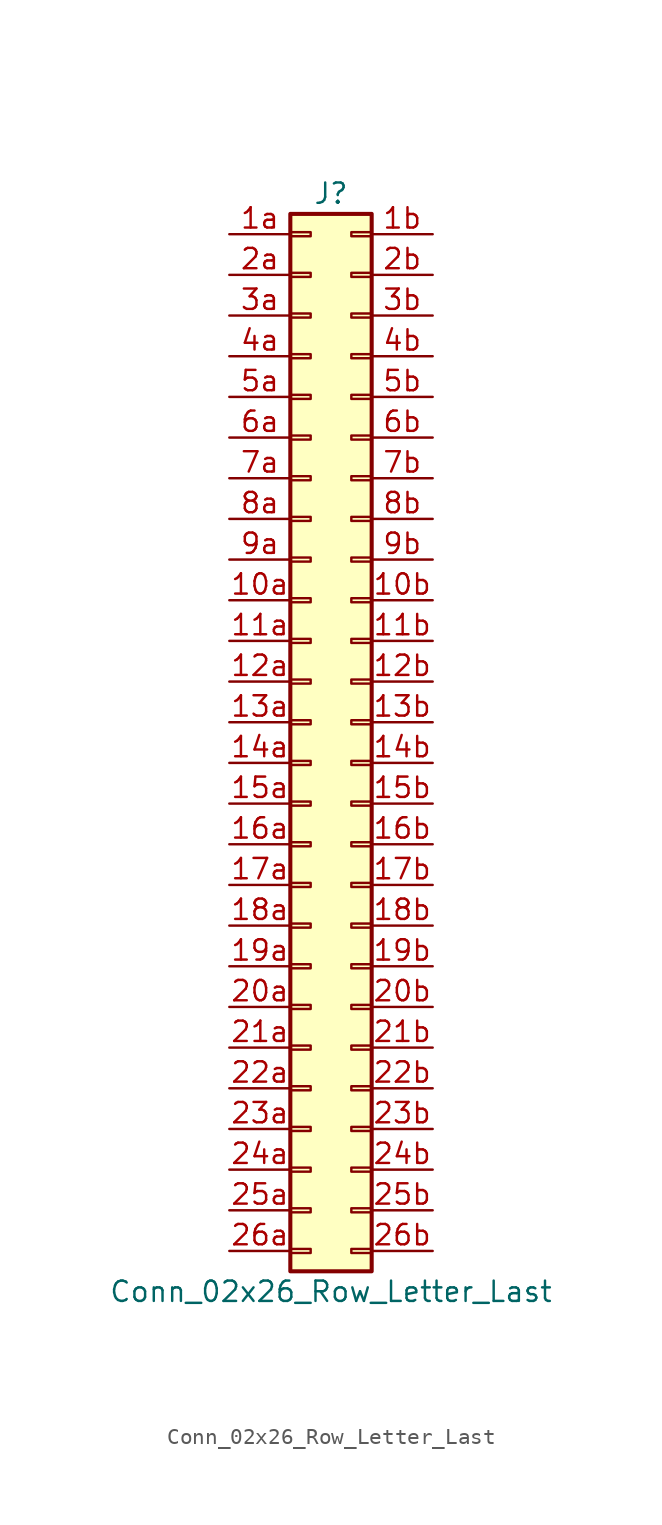
<source format=kicad_sym>
(kicad_symbol_lib
  (version 20220914)
  (generator kicad_symbol_editor)
  (symbol "Conn_02x26_Row_Letter_Last"
    (pin_names
      (offset 1.016) hide)
    (property "Reference" "J"
      (at 1.27 33.02 0)
      (effects (font (size 1.27 1.27))))
    (property "Value" "Conn_02x26_Row_Letter_Last"
      (at 1.27 -35.56 0)
      (effects (font (size 1.27 1.27))))
    (symbol "Conn_02x26_Row_Letter_Last_1_1"
      (rectangle (start -1.27 -32.893) (end 0 -33.147) (stroke (width 0.152) (type default)) (fill (type none)))
      (rectangle (start -1.27 -30.353) (end 0 -30.607) (stroke (width 0.152) (type default)) (fill (type none)))
      (rectangle (start -1.27 -27.813) (end 0 -28.067) (stroke (width 0.152) (type default)) (fill (type none)))
      (rectangle (start -1.27 -25.273) (end 0 -25.527) (stroke (width 0.152) (type default)) (fill (type none)))
      (rectangle (start -1.27 -22.733) (end 0 -22.987) (stroke (width 0.152) (type default)) (fill (type none)))
      (rectangle (start -1.27 -20.193) (end 0 -20.447) (stroke (width 0.152) (type default)) (fill (type none)))
      (rectangle (start -1.27 -17.653) (end 0 -17.907) (stroke (width 0.152) (type default)) (fill (type none)))
      (rectangle (start -1.27 -15.113) (end 0 -15.367) (stroke (width 0.152) (type default)) (fill (type none)))
      (rectangle (start -1.27 -12.573) (end 0 -12.827) (stroke (width 0.152) (type default)) (fill (type none)))
      (rectangle (start -1.27 -10.033) (end 0 -10.287) (stroke (width 0.152) (type default)) (fill (type none)))
      (rectangle (start -1.27 -7.493) (end 0 -7.747) (stroke (width 0.152) (type default)) (fill (type none)))
      (rectangle (start -1.27 -4.953) (end 0 -5.207) (stroke (width 0.152) (type default)) (fill (type none)))
      (rectangle (start -1.27 -2.413) (end 0 -2.667) (stroke (width 0.152) (type default)) (fill (type none)))
      (rectangle (start -1.27 0.127) (end 0 -0.127) (stroke (width 0.152) (type default)) (fill (type none)))
      (rectangle (start -1.27 2.667) (end 0 2.413) (stroke (width 0.152) (type default)) (fill (type none)))
      (rectangle (start -1.27 5.207) (end 0 4.953) (stroke (width 0.152) (type default)) (fill (type none)))
      (rectangle (start -1.27 7.747) (end 0 7.493) (stroke (width 0.152) (type default)) (fill (type none)))
      (rectangle (start -1.27 10.287) (end 0 10.033) (stroke (width 0.152) (type default)) (fill (type none)))
      (rectangle (start -1.27 12.827) (end 0 12.573) (stroke (width 0.152) (type default)) (fill (type none)))
      (rectangle (start -1.27 15.367) (end 0 15.113) (stroke (width 0.152) (type default)) (fill (type none)))
      (rectangle (start -1.27 17.907) (end 0 17.653) (stroke (width 0.152) (type default)) (fill (type none)))
      (rectangle (start -1.27 20.447) (end 0 20.193) (stroke (width 0.152) (type default)) (fill (type none)))
      (rectangle (start -1.27 22.987) (end 0 22.733) (stroke (width 0.152) (type default)) (fill (type none)))
      (rectangle (start -1.27 25.527) (end 0 25.273) (stroke (width 0.152) (type default)) (fill (type none)))
      (rectangle (start -1.27 28.067) (end 0 27.813) (stroke (width 0.152) (type default)) (fill (type none)))
      (rectangle (start -1.27 30.607) (end 0 30.353) (stroke (width 0.152) (type default)) (fill (type none)))
      (rectangle (start -1.27 31.75) (end 3.81 -34.29) (stroke (width 0.254) (type default)) (fill (type background)))
      (rectangle (start 3.81 -32.893) (end 2.54 -33.147) (stroke (width 0.152) (type default)) (fill (type none)))
      (rectangle (start 3.81 -30.353) (end 2.54 -30.607) (stroke (width 0.152) (type default)) (fill (type none)))
      (rectangle (start 3.81 -27.813) (end 2.54 -28.067) (stroke (width 0.152) (type default)) (fill (type none)))
      (rectangle (start 3.81 -25.273) (end 2.54 -25.527) (stroke (width 0.152) (type default)) (fill (type none)))
      (rectangle (start 3.81 -22.733) (end 2.54 -22.987) (stroke (width 0.152) (type default)) (fill (type none)))
      (rectangle (start 3.81 -20.193) (end 2.54 -20.447) (stroke (width 0.152) (type default)) (fill (type none)))
      (rectangle (start 3.81 -17.653) (end 2.54 -17.907) (stroke (width 0.152) (type default)) (fill (type none)))
      (rectangle (start 3.81 -15.113) (end 2.54 -15.367) (stroke (width 0.152) (type default)) (fill (type none)))
      (rectangle (start 3.81 -12.573) (end 2.54 -12.827) (stroke (width 0.152) (type default)) (fill (type none)))
      (rectangle (start 3.81 -10.033) (end 2.54 -10.287) (stroke (width 0.152) (type default)) (fill (type none)))
      (rectangle (start 3.81 -7.493) (end 2.54 -7.747) (stroke (width 0.152) (type default)) (fill (type none)))
      (rectangle (start 3.81 -4.953) (end 2.54 -5.207) (stroke (width 0.152) (type default)) (fill (type none)))
      (rectangle (start 3.81 -2.413) (end 2.54 -2.667) (stroke (width 0.152) (type default)) (fill (type none)))
      (rectangle (start 3.81 0.127) (end 2.54 -0.127) (stroke (width 0.152) (type default)) (fill (type none)))
      (rectangle (start 3.81 2.667) (end 2.54 2.413) (stroke (width 0.152) (type default)) (fill (type none)))
      (rectangle (start 3.81 5.207) (end 2.54 4.953) (stroke (width 0.152) (type default)) (fill (type none)))
      (rectangle (start 3.81 7.747) (end 2.54 7.493) (stroke (width 0.152) (type default)) (fill (type none)))
      (rectangle (start 3.81 10.287) (end 2.54 10.033) (stroke (width 0.152) (type default)) (fill (type none)))
      (rectangle (start 3.81 12.827) (end 2.54 12.573) (stroke (width 0.152) (type default)) (fill (type none)))
      (rectangle (start 3.81 15.367) (end 2.54 15.113) (stroke (width 0.152) (type default)) (fill (type none)))
      (rectangle (start 3.81 17.907) (end 2.54 17.653) (stroke (width 0.152) (type default)) (fill (type none)))
      (rectangle (start 3.81 20.447) (end 2.54 20.193) (stroke (width 0.152) (type default)) (fill (type none)))
      (rectangle (start 3.81 22.987) (end 2.54 22.733) (stroke (width 0.152) (type default)) (fill (type none)))
      (rectangle (start 3.81 25.527) (end 2.54 25.273) (stroke (width 0.152) (type default)) (fill (type none)))
      (rectangle (start 3.81 28.067) (end 2.54 27.813) (stroke (width 0.152) (type default)) (fill (type none)))
      (rectangle (start 3.81 30.607) (end 2.54 30.353) (stroke (width 0.152) (type default)) (fill (type none)))
      (pin passive line (at -5.08 7.62 0) (length 3.81) (name "Pin_10a" (effects (font (size 1.27 1.27)))) (number "10a" (effects (font (size 1.27 1.27)))))
      (pin passive line (at 7.62 7.62 180) (length 3.81) (name "Pin_10b" (effects (font (size 1.27 1.27)))) (number "10b" (effects (font (size 1.27 1.27)))))
      (pin passive line (at -5.08 5.08 0) (length 3.81) (name "Pin_11a" (effects (font (size 1.27 1.27)))) (number "11a" (effects (font (size 1.27 1.27)))))
      (pin passive line (at 7.62 5.08 180) (length 3.81) (name "Pin_11b" (effects (font (size 1.27 1.27)))) (number "11b" (effects (font (size 1.27 1.27)))))
      (pin passive line (at -5.08 2.54 0) (length 3.81) (name "Pin_12a" (effects (font (size 1.27 1.27)))) (number "12a" (effects (font (size 1.27 1.27)))))
      (pin passive line (at 7.62 2.54 180) (length 3.81) (name "Pin_12b" (effects (font (size 1.27 1.27)))) (number "12b" (effects (font (size 1.27 1.27)))))
      (pin passive line (at -5.08 0 0) (length 3.81) (name "Pin_13a" (effects (font (size 1.27 1.27)))) (number "13a" (effects (font (size 1.27 1.27)))))
      (pin passive line (at 7.62 0 180) (length 3.81) (name "Pin_13b" (effects (font (size 1.27 1.27)))) (number "13b" (effects (font (size 1.27 1.27)))))
      (pin passive line (at -5.08 -2.54 0) (length 3.81) (name "Pin_14a" (effects (font (size 1.27 1.27)))) (number "14a" (effects (font (size 1.27 1.27)))))
      (pin passive line (at 7.62 -2.54 180) (length 3.81) (name "Pin_14b" (effects (font (size 1.27 1.27)))) (number "14b" (effects (font (size 1.27 1.27)))))
      (pin passive line (at -5.08 -5.08 0) (length 3.81) (name "Pin_15a" (effects (font (size 1.27 1.27)))) (number "15a" (effects (font (size 1.27 1.27)))))
      (pin passive line (at 7.62 -5.08 180) (length 3.81) (name "Pin_15b" (effects (font (size 1.27 1.27)))) (number "15b" (effects (font (size 1.27 1.27)))))
      (pin passive line (at -5.08 -7.62 0) (length 3.81) (name "Pin_16a" (effects (font (size 1.27 1.27)))) (number "16a" (effects (font (size 1.27 1.27)))))
      (pin passive line (at 7.62 -7.62 180) (length 3.81) (name "Pin_16b" (effects (font (size 1.27 1.27)))) (number "16b" (effects (font (size 1.27 1.27)))))
      (pin passive line (at -5.08 -10.16 0) (length 3.81) (name "Pin_17a" (effects (font (size 1.27 1.27)))) (number "17a" (effects (font (size 1.27 1.27)))))
      (pin passive line (at 7.62 -10.16 180) (length 3.81) (name "Pin_17b" (effects (font (size 1.27 1.27)))) (number "17b" (effects (font (size 1.27 1.27)))))
      (pin passive line (at -5.08 -12.7 0) (length 3.81) (name "Pin_18a" (effects (font (size 1.27 1.27)))) (number "18a" (effects (font (size 1.27 1.27)))))
      (pin passive line (at 7.62 -12.7 180) (length 3.81) (name "Pin_18b" (effects (font (size 1.27 1.27)))) (number "18b" (effects (font (size 1.27 1.27)))))
      (pin passive line (at -5.08 -15.24 0) (length 3.81) (name "Pin_19a" (effects (font (size 1.27 1.27)))) (number "19a" (effects (font (size 1.27 1.27)))))
      (pin passive line (at 7.62 -15.24 180) (length 3.81) (name "Pin_19b" (effects (font (size 1.27 1.27)))) (number "19b" (effects (font (size 1.27 1.27)))))
      (pin passive line (at -5.08 30.48 0) (length 3.81) (name "Pin_1a" (effects (font (size 1.27 1.27)))) (number "1a" (effects (font (size 1.27 1.27)))))
      (pin passive line (at 7.62 30.48 180) (length 3.81) (name "Pin_1b" (effects (font (size 1.27 1.27)))) (number "1b" (effects (font (size 1.27 1.27)))))
      (pin passive line (at -5.08 -17.78 0) (length 3.81) (name "Pin_20a" (effects (font (size 1.27 1.27)))) (number "20a" (effects (font (size 1.27 1.27)))))
      (pin passive line (at 7.62 -17.78 180) (length 3.81) (name "Pin_20b" (effects (font (size 1.27 1.27)))) (number "20b" (effects (font (size 1.27 1.27)))))
      (pin passive line (at -5.08 -20.32 0) (length 3.81) (name "Pin_21a" (effects (font (size 1.27 1.27)))) (number "21a" (effects (font (size 1.27 1.27)))))
      (pin passive line (at 7.62 -20.32 180) (length 3.81) (name "Pin_21b" (effects (font (size 1.27 1.27)))) (number "21b" (effects (font (size 1.27 1.27)))))
      (pin passive line (at -5.08 -22.86 0) (length 3.81) (name "Pin_22a" (effects (font (size 1.27 1.27)))) (number "22a" (effects (font (size 1.27 1.27)))))
      (pin passive line (at 7.62 -22.86 180) (length 3.81) (name "Pin_22b" (effects (font (size 1.27 1.27)))) (number "22b" (effects (font (size 1.27 1.27)))))
      (pin passive line (at -5.08 -25.4 0) (length 3.81) (name "Pin_23a" (effects (font (size 1.27 1.27)))) (number "23a" (effects (font (size 1.27 1.27)))))
      (pin passive line (at 7.62 -25.4 180) (length 3.81) (name "Pin_23b" (effects (font (size 1.27 1.27)))) (number "23b" (effects (font (size 1.27 1.27)))))
      (pin passive line (at -5.08 -27.94 0) (length 3.81) (name "Pin_24a" (effects (font (size 1.27 1.27)))) (number "24a" (effects (font (size 1.27 1.27)))))
      (pin passive line (at 7.62 -27.94 180) (length 3.81) (name "Pin_24b" (effects (font (size 1.27 1.27)))) (number "24b" (effects (font (size 1.27 1.27)))))
      (pin passive line (at -5.08 -30.48 0) (length 3.81) (name "Pin_25a" (effects (font (size 1.27 1.27)))) (number "25a" (effects (font (size 1.27 1.27)))))
      (pin passive line (at 7.62 -30.48 180) (length 3.81) (name "Pin_25b" (effects (font (size 1.27 1.27)))) (number "25b" (effects (font (size 1.27 1.27)))))
      (pin passive line (at -5.08 -33.02 0) (length 3.81) (name "Pin_26a" (effects (font (size 1.27 1.27)))) (number "26a" (effects (font (size 1.27 1.27)))))
      (pin passive line (at 7.62 -33.02 180) (length 3.81) (name "Pin_26b" (effects (font (size 1.27 1.27)))) (number "26b" (effects (font (size 1.27 1.27)))))
      (pin passive line (at -5.08 27.94 0) (length 3.81) (name "Pin_2a" (effects (font (size 1.27 1.27)))) (number "2a" (effects (font (size 1.27 1.27)))))
      (pin passive line (at 7.62 27.94 180) (length 3.81) (name "Pin_2b" (effects (font (size 1.27 1.27)))) (number "2b" (effects (font (size 1.27 1.27)))))
      (pin passive line (at -5.08 25.4 0) (length 3.81) (name "Pin_3a" (effects (font (size 1.27 1.27)))) (number "3a" (effects (font (size 1.27 1.27)))))
      (pin passive line (at 7.62 25.4 180) (length 3.81) (name "Pin_3b" (effects (font (size 1.27 1.27)))) (number "3b" (effects (font (size 1.27 1.27)))))
      (pin passive line (at -5.08 22.86 0) (length 3.81) (name "Pin_4a" (effects (font (size 1.27 1.27)))) (number "4a" (effects (font (size 1.27 1.27)))))
      (pin passive line (at 7.62 22.86 180) (length 3.81) (name "Pin_4b" (effects (font (size 1.27 1.27)))) (number "4b" (effects (font (size 1.27 1.27)))))
      (pin passive line (at -5.08 20.32 0) (length 3.81) (name "Pin_5a" (effects (font (size 1.27 1.27)))) (number "5a" (effects (font (size 1.27 1.27)))))
      (pin passive line (at 7.62 20.32 180) (length 3.81) (name "Pin_5b" (effects (font (size 1.27 1.27)))) (number "5b" (effects (font (size 1.27 1.27)))))
      (pin passive line (at -5.08 17.78 0) (length 3.81) (name "Pin_6a" (effects (font (size 1.27 1.27)))) (number "6a" (effects (font (size 1.27 1.27)))))
      (pin passive line (at 7.62 17.78 180) (length 3.81) (name "Pin_6b" (effects (font (size 1.27 1.27)))) (number "6b" (effects (font (size 1.27 1.27)))))
      (pin passive line (at -5.08 15.24 0) (length 3.81) (name "Pin_7a" (effects (font (size 1.27 1.27)))) (number "7a" (effects (font (size 1.27 1.27)))))
      (pin passive line (at 7.62 15.24 180) (length 3.81) (name "Pin_7b" (effects (font (size 1.27 1.27)))) (number "7b" (effects (font (size 1.27 1.27)))))
      (pin passive line (at -5.08 12.7 0) (length 3.81) (name "Pin_8a" (effects (font (size 1.27 1.27)))) (number "8a" (effects (font (size 1.27 1.27)))))
      (pin passive line (at 7.62 12.7 180) (length 3.81) (name "Pin_8b" (effects (font (size 1.27 1.27)))) (number "8b" (effects (font (size 1.27 1.27)))))
      (pin passive line (at -5.08 10.16 0) (length 3.81) (name "Pin_9a" (effects (font (size 1.27 1.27)))) (number "9a" (effects (font (size 1.27 1.27)))))
      (pin passive line (at 7.62 10.16 180) (length 3.81) (name "Pin_9b" (effects (font (size 1.27 1.27)))) (number "9b" (effects (font (size 1.27 1.27))))))))
</source>
